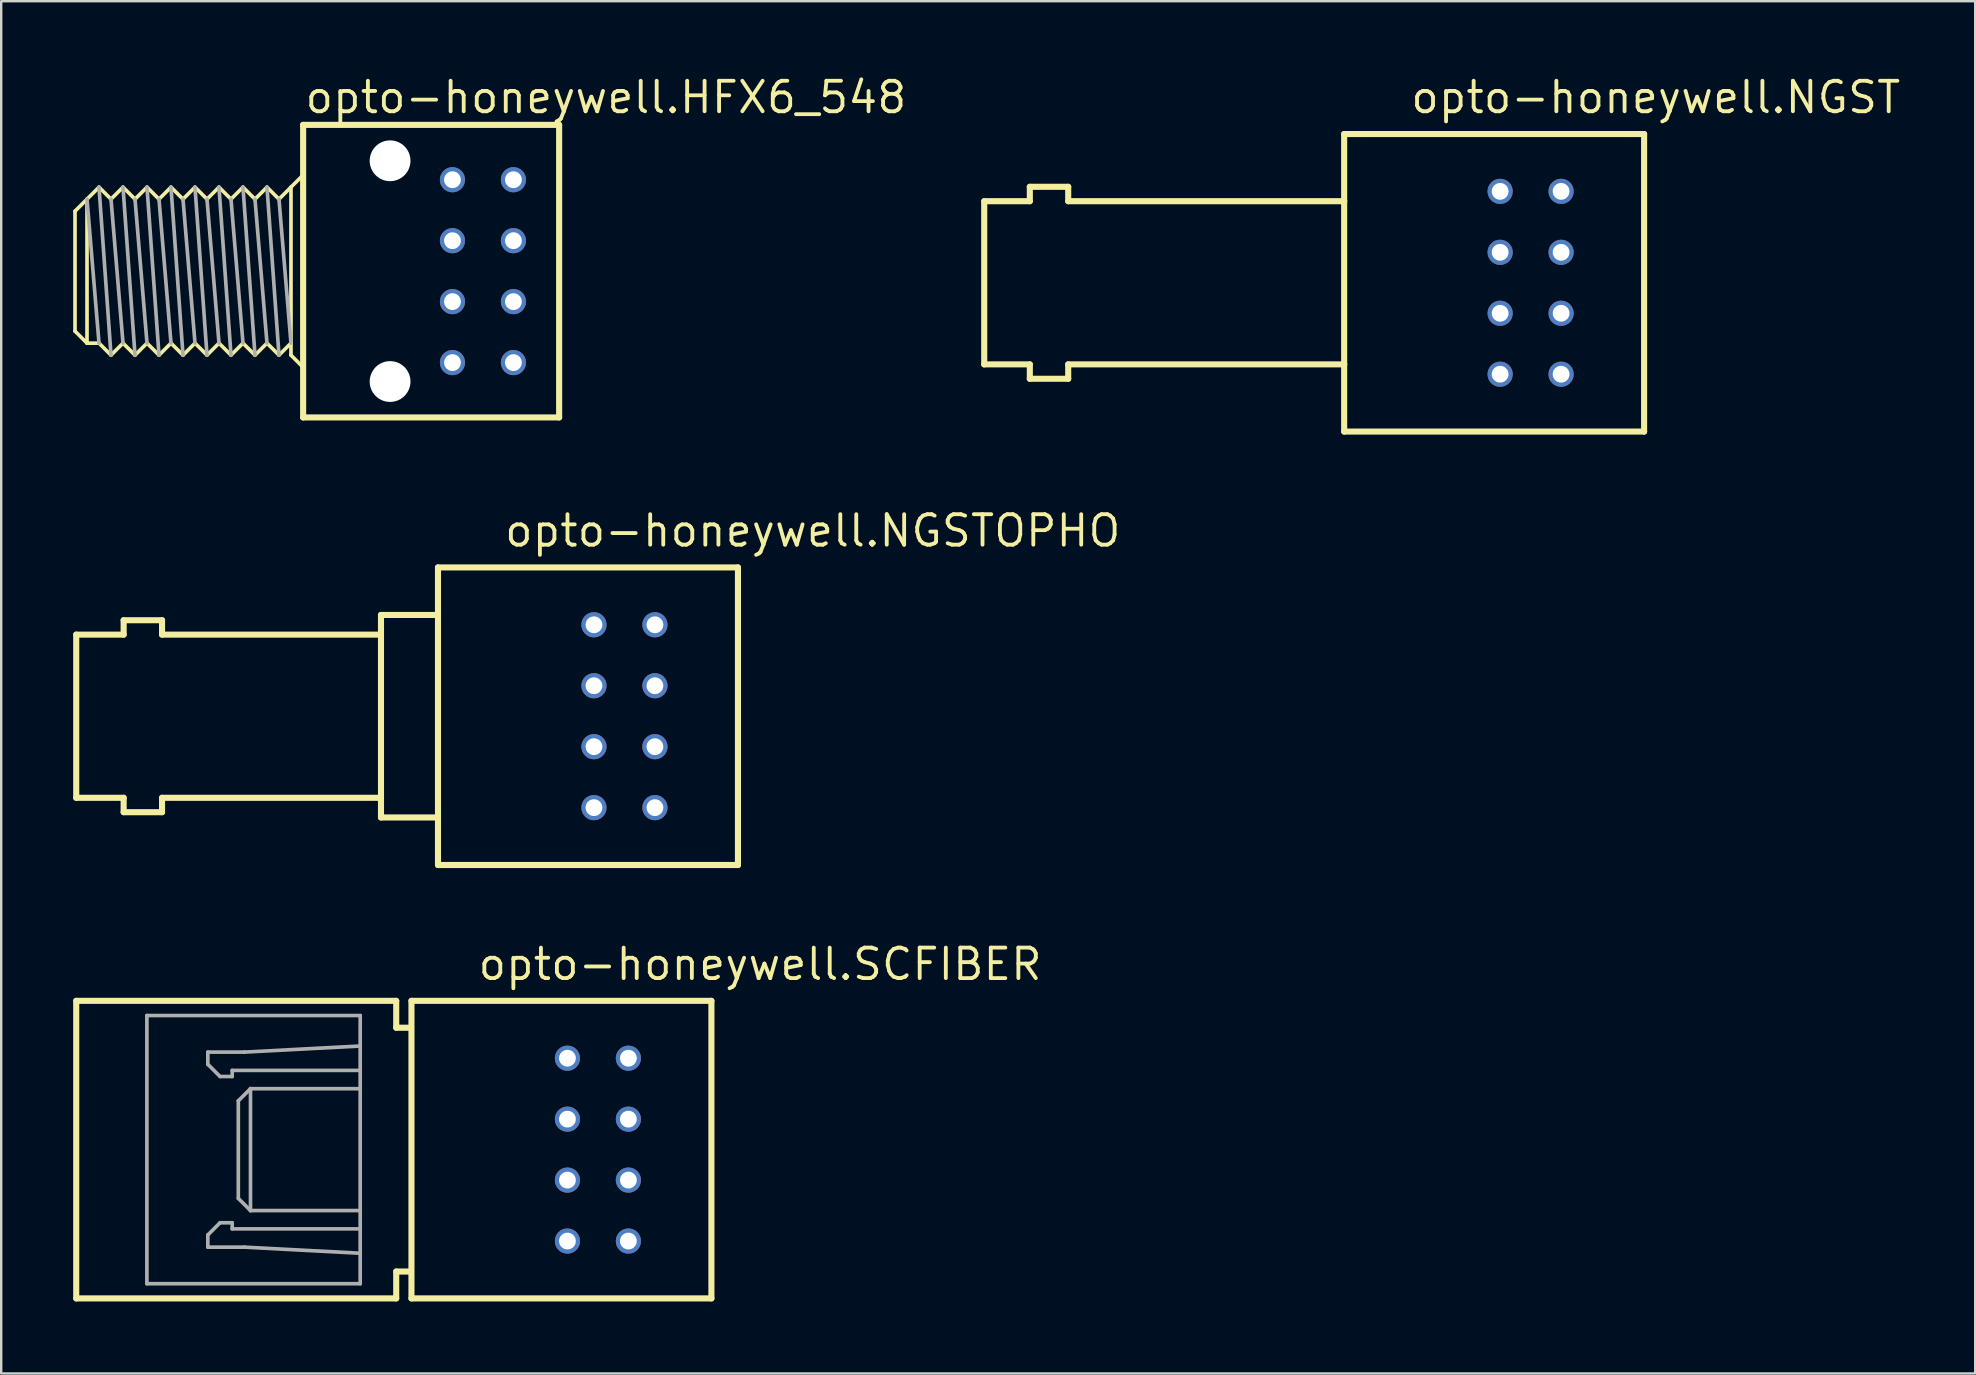
<source format=kicad_pcb>
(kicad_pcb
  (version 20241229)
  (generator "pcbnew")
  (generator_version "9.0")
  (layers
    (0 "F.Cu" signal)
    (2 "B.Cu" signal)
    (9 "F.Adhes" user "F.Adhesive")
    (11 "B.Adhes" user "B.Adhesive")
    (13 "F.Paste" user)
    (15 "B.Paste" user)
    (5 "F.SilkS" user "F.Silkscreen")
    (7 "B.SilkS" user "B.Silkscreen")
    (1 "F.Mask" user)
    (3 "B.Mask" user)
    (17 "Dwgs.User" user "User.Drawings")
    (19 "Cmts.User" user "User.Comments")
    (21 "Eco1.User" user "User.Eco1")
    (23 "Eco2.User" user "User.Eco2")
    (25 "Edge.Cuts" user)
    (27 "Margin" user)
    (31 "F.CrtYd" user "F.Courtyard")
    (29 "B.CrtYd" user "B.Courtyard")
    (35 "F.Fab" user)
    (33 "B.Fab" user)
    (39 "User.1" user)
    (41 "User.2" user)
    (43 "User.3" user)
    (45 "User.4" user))
  (footprint "opto-honeywell.HFX6_548"
    (layer "F.Cu")
    (at 17.076 8.25)
    (property "Reference" "opto-honeywell.HFX6_548" (at -7.5 -6.5 0) (layer "F.SilkS") (effects (font (size 1.27 1.27) (thickness 0.16)) (justify left bottom)))
    (attr through_hole)
    (fp_line (start -17 2.5) (end -17 -2.5) (stroke (width 0.152) (type default)) (layer "F.SilkS"))
    (fp_line (start -16.5 -3) (end -17 -2.5) (stroke (width 0.152) (type default)) (layer "F.SilkS"))
    (fp_line (start -16.5 -3) (end -16.5 3) (stroke (width 0.152) (type default)) (layer "F.SilkS"))
    (fp_line (start -16.5 3) (end -17 2.5) (stroke (width 0.152) (type default)) (layer "F.SilkS"))
    (fp_line (start -16 -3.5) (end -16.5 -3) (stroke (width 0.152) (type default)) (layer "F.SilkS"))
    (fp_line (start -16 3) (end -16.5 3) (stroke (width 0.152) (type default)) (layer "F.SilkS"))
    (fp_line (start -16 3) (end -15.5 3.5) (stroke (width 0.152) (type default)) (layer "F.SilkS"))
    (fp_line (start -15.5 -3) (end -16 -3.5) (stroke (width 0.152) (type default)) (layer "F.SilkS"))
    (fp_line (start -15.5 3.5) (end -15 3) (stroke (width 0.152) (type default)) (layer "F.SilkS"))
    (fp_line (start -15 -3.5) (end -15.5 -3) (stroke (width 0.152) (type default)) (layer "F.SilkS"))
    (fp_line (start -15 3) (end -14.5 3.5) (stroke (width 0.152) (type default)) (layer "F.SilkS"))
    (fp_line (start -14.5 -3) (end -15 -3.5) (stroke (width 0.152) (type default)) (layer "F.SilkS"))
    (fp_line (start -14.5 3.5) (end -14 3) (stroke (width 0.152) (type default)) (layer "F.SilkS"))
    (fp_line (start -14 -3.5) (end -14.5 -3) (stroke (width 0.152) (type default)) (layer "F.SilkS"))
    (fp_line (start -14 3) (end -13.5 3.5) (stroke (width 0.152) (type default)) (layer "F.SilkS"))
    (fp_line (start -13.5 -3) (end -14 -3.5) (stroke (width 0.152) (type default)) (layer "F.SilkS"))
    (fp_line (start -13.5 3.5) (end -13 3) (stroke (width 0.152) (type default)) (layer "F.SilkS"))
    (fp_line (start -13 -3.5) (end -13.5 -3) (stroke (width 0.152) (type default)) (layer "F.SilkS"))
    (fp_line (start -13 3) (end -12.5 3.5) (stroke (width 0.152) (type default)) (layer "F.SilkS"))
    (fp_line (start -12.5 -3) (end -13 -3.5) (stroke (width 0.152) (type default)) (layer "F.SilkS"))
    (fp_line (start -12.5 3.5) (end -12 3) (stroke (width 0.152) (type default)) (layer "F.SilkS"))
    (fp_line (start -12 -3.5) (end -12.5 -3) (stroke (width 0.152) (type default)) (layer "F.SilkS"))
    (fp_line (start -12 3) (end -11.5 3.5) (stroke (width 0.152) (type default)) (layer "F.SilkS"))
    (fp_line (start -11.5 -3) (end -12 -3.5) (stroke (width 0.152) (type default)) (layer "F.SilkS"))
    (fp_line (start -11.5 3.5) (end -11 3) (stroke (width 0.152) (type default)) (layer "F.SilkS"))
    (fp_line (start -11 -3.5) (end -11.5 -3) (stroke (width 0.152) (type default)) (layer "F.SilkS"))
    (fp_line (start -11 3) (end -10.5 3.5) (stroke (width 0.152) (type default)) (layer "F.SilkS"))
    (fp_line (start -10.5 -3) (end -11 -3.5) (stroke (width 0.152) (type default)) (layer "F.SilkS"))
    (fp_line (start -10.5 3.5) (end -10 3) (stroke (width 0.152) (type default)) (layer "F.SilkS"))
    (fp_line (start -10 -3.5) (end -10.5 -3) (stroke (width 0.152) (type default)) (layer "F.SilkS"))
    (fp_line (start -10 3) (end -9.5 3.5) (stroke (width 0.152) (type default)) (layer "F.SilkS"))
    (fp_line (start -9.5 -3) (end -10 -3.5) (stroke (width 0.152) (type default)) (layer "F.SilkS"))
    (fp_line (start -9.5 3.5) (end -9 3) (stroke (width 0.152) (type default)) (layer "F.SilkS"))
    (fp_line (start -9 -3.5) (end -9.5 -3) (stroke (width 0.152) (type default)) (layer "F.SilkS"))
    (fp_line (start -9 3) (end -8.5 3.5) (stroke (width 0.152) (type default)) (layer "F.SilkS"))
    (fp_line (start -8.5 -3) (end -9 -3.5) (stroke (width 0.152) (type default)) (layer "F.SilkS"))
    (fp_line (start -8.5 3.5) (end -8 3) (stroke (width 0.152) (type default)) (layer "F.SilkS"))
    (fp_line (start -8 -3.5) (end -8.5 -3) (stroke (width 0.152) (type default)) (layer "F.SilkS"))
    (fp_line (start -8 -3.5) (end -7.5 -4) (stroke (width 0.152) (type default)) (layer "F.SilkS"))
    (fp_line (start -8 3) (end -8 -3.5) (stroke (width 0.152) (type default)) (layer "F.SilkS"))
    (fp_line (start -8 3) (end -8 3.5) (stroke (width 0.152) (type default)) (layer "F.SilkS"))
    (fp_line (start -8 3.5) (end -7.5 4) (stroke (width 0.152) (type default)) (layer "F.SilkS"))
    (fp_line (start -7.493 -6.096) (end 3.175 -6.096) (stroke (width 0.254) (type default)) (layer "F.SilkS"))
    (fp_line (start -7.493 6.096) (end -7.493 -6.096) (stroke (width 0.254) (type default)) (layer "F.SilkS"))
    (fp_line (start 3.175 -6.096) (end 3.175 6.096) (stroke (width 0.254) (type default)) (layer "F.SilkS"))
    (fp_line (start 3.175 6.096) (end -7.493 6.096) (stroke (width 0.254) (type default)) (layer "F.SilkS"))
    (fp_line (start -16.5 -3) (end -16 3) (stroke (width 0.152) (type default)) (layer "F.Fab"))
    (fp_line (start -16 -3.5) (end -15.5 3.5) (stroke (width 0.152) (type default)) (layer "F.Fab"))
    (fp_line (start -15.5 -3) (end -15 3) (stroke (width 0.152) (type default)) (layer "F.Fab"))
    (fp_line (start -15 -3.5) (end -14.5 3.5) (stroke (width 0.152) (type default)) (layer "F.Fab"))
    (fp_line (start -14.5 -3) (end -14 3) (stroke (width 0.152) (type default)) (layer "F.Fab"))
    (fp_line (start -14 -3.5) (end -13.5 3.5) (stroke (width 0.152) (type default)) (layer "F.Fab"))
    (fp_line (start -13.5 -3) (end -13 3) (stroke (width 0.152) (type default)) (layer "F.Fab"))
    (fp_line (start -13 -3.5) (end -12.5 3.5) (stroke (width 0.152) (type default)) (layer "F.Fab"))
    (fp_line (start -12.5 -3) (end -12 3) (stroke (width 0.152) (type default)) (layer "F.Fab"))
    (fp_line (start -12 -3.5) (end -11.5 3.5) (stroke (width 0.152) (type default)) (layer "F.Fab"))
    (fp_line (start -11.5 -3) (end -11 3) (stroke (width 0.152) (type default)) (layer "F.Fab"))
    (fp_line (start -11 -3.5) (end -10.5 3.5) (stroke (width 0.152) (type default)) (layer "F.Fab"))
    (fp_line (start -10.5 -3) (end -10 3) (stroke (width 0.152) (type default)) (layer "F.Fab"))
    (fp_line (start -10 -3.5) (end -9.5 3.5) (stroke (width 0.152) (type default)) (layer "F.Fab"))
    (fp_line (start -9.5 -3) (end -9 3) (stroke (width 0.152) (type default)) (layer "F.Fab"))
    (fp_line (start -9 -3.5) (end -8.5 3.5) (stroke (width 0.152) (type default)) (layer "F.Fab"))
    (fp_line (start -8.5 -3) (end -8 3) (stroke (width 0.152) (type default)) (layer "F.Fab"))
    (pad "" np_thru_hole circle (at -3.87 -4.6) (size 1.7 1.7) (drill 1.7) (layers "*.Cu" "*.Mask"))
    (pad "" np_thru_hole circle (at -3.87 4.6) (size 1.7 1.7) (drill 1.7) (layers "*.Cu" "*.Mask"))
    (pad "1" thru_hole circle (at 1.27 3.81) (size 1.05 1.05) (drill 0.7) (layers "*.Cu" "*.Mask"))
    (pad "2" thru_hole circle (at 1.27 1.27) (size 1.05 1.05) (drill 0.7) (layers "*.Cu" "*.Mask"))
    (pad "3" thru_hole circle (at 1.27 -1.27) (size 1.05 1.05) (drill 0.7) (layers "*.Cu" "*.Mask"))
    (pad "4" thru_hole circle (at 1.27 -3.81) (size 1.05 1.05) (drill 0.7) (layers "*.Cu" "*.Mask"))
    (pad "5" thru_hole circle (at -1.27 -3.81) (size 1.05 1.05) (drill 0.7) (layers "*.Cu" "*.Mask"))
    (pad "6" thru_hole circle (at -1.27 -1.27) (size 1.05 1.05) (drill 0.7) (layers "*.Cu" "*.Mask"))
    (pad "7" thru_hole circle (at -1.27 1.27) (size 1.05 1.05) (drill 0.7) (layers "*.Cu" "*.Mask"))
    (pad "8" thru_hole circle (at -1.27 3.81) (size 1.05 1.05) (drill 0.7) (layers "*.Cu" "*.Mask")))
  (footprint "opto-honeywell.NGST"
    (layer "F.Cu")
    (at 59.466 8.735)
    (property "Reference" "opto-honeywell.NGST" (at -3.81 -6.985 0) (layer "F.SilkS") (effects (font (size 1.27 1.27) (thickness 0.16)) (justify left bottom)))
    (attr through_hole)
    (fp_line (start -21.5 -3.4) (end -19.6 -3.4) (stroke (width 0.254) (type default)) (layer "F.SilkS"))
    (fp_line (start -21.5 3.4) (end -21.5 -3.4) (stroke (width 0.254) (type default)) (layer "F.SilkS"))
    (fp_line (start -19.6 -4) (end -18 -4) (stroke (width 0.254) (type default)) (layer "F.SilkS"))
    (fp_line (start -19.6 -3.4) (end -19.6 -4) (stroke (width 0.254) (type default)) (layer "F.SilkS"))
    (fp_line (start -19.6 3.4) (end -21.5 3.4) (stroke (width 0.254) (type default)) (layer "F.SilkS"))
    (fp_line (start -19.6 4) (end -19.6 3.4) (stroke (width 0.254) (type default)) (layer "F.SilkS"))
    (fp_line (start -18 -4) (end -18 -3.4) (stroke (width 0.254) (type default)) (layer "F.SilkS"))
    (fp_line (start -18 -3.4) (end -6.5 -3.4) (stroke (width 0.254) (type default)) (layer "F.SilkS"))
    (fp_line (start -18 3.4) (end -18 4) (stroke (width 0.254) (type default)) (layer "F.SilkS"))
    (fp_line (start -18 4) (end -19.6 4) (stroke (width 0.254) (type default)) (layer "F.SilkS"))
    (fp_line (start -6.5 6.2) (end -6.5 3.4) (stroke (width 0.254) (type default)) (layer "F.SilkS"))
    (fp_line (start -6.5 -6.2) (end 6 -6.2) (stroke (width 0.254) (type default)) (layer "F.SilkS"))
    (fp_line (start -6.5 -3.4) (end -6.5 -6.2) (stroke (width 0.254) (type default)) (layer "F.SilkS"))
    (fp_line (start -6.5 -3.4) (end -6.5 3.4) (stroke (width 0.254) (type default)) (layer "F.SilkS"))
    (fp_line (start -6.5 3.4) (end -18 3.4) (stroke (width 0.254) (type default)) (layer "F.SilkS"))
    (fp_line (start 6 -6.2) (end 6 6.2) (stroke (width 0.254) (type default)) (layer "F.SilkS"))
    (fp_line (start 6 6.2) (end -6.5 6.2) (stroke (width 0.254) (type default)) (layer "F.SilkS"))
    (pad "1" thru_hole circle (at 2.54 3.81) (size 1.05 1.05) (drill 0.7) (layers "*.Cu" "*.Mask"))
    (pad "2" thru_hole circle (at 2.54 1.27) (size 1.05 1.05) (drill 0.7) (layers "*.Cu" "*.Mask"))
    (pad "3" thru_hole circle (at 2.54 -1.27) (size 1.05 1.05) (drill 0.7) (layers "*.Cu" "*.Mask"))
    (pad "4" thru_hole circle (at 2.54 -3.81) (size 1.05 1.05) (drill 0.7) (layers "*.Cu" "*.Mask"))
    (pad "5" thru_hole circle (at 0 -3.81) (size 1.05 1.05) (drill 0.7) (layers "*.Cu" "*.Mask"))
    (pad "6" thru_hole circle (at 0 -1.27) (size 1.05 1.05) (drill 0.7) (layers "*.Cu" "*.Mask"))
    (pad "7" thru_hole circle (at 0 1.27) (size 1.05 1.05) (drill 0.7) (layers "*.Cu" "*.Mask"))
    (pad "8" thru_hole circle (at 0 3.81) (size 1.05 1.05) (drill 0.7) (layers "*.Cu" "*.Mask")))
  (footprint "opto-honeywell.NGSTOPHO"
    (layer "F.Cu")
    (at 21.703 26.797)
    (property "Reference" "opto-honeywell.NGSTOPHO" (at -3.81 -6.985 0) (layer "F.SilkS") (effects (font (size 1.27 1.27) (thickness 0.16)) (justify left bottom)))
    (attr through_hole)
    (fp_line (start -21.576 -3.4) (end -19.6 -3.4) (stroke (width 0.254) (type default)) (layer "F.SilkS"))
    (fp_line (start -21.576 3.4) (end -21.576 -3.4) (stroke (width 0.254) (type default)) (layer "F.SilkS"))
    (fp_line (start -19.6 -4) (end -18 -4) (stroke (width 0.254) (type default)) (layer "F.SilkS"))
    (fp_line (start -19.6 -3.4) (end -19.6 -4) (stroke (width 0.254) (type default)) (layer "F.SilkS"))
    (fp_line (start -19.6 3.4) (end -21.576 3.4) (stroke (width 0.254) (type default)) (layer "F.SilkS"))
    (fp_line (start -19.6 4) (end -19.6 3.4) (stroke (width 0.254) (type default)) (layer "F.SilkS"))
    (fp_line (start -18 -4) (end -18 -3.4) (stroke (width 0.254) (type default)) (layer "F.SilkS"))
    (fp_line (start -18 -3.4) (end -8.876 -3.4) (stroke (width 0.254) (type default)) (layer "F.SilkS"))
    (fp_line (start -18 3.4) (end -18 4) (stroke (width 0.254) (type default)) (layer "F.SilkS"))
    (fp_line (start -18 4) (end -19.6 4) (stroke (width 0.254) (type default)) (layer "F.SilkS"))
    (fp_line (start -8.876 -4.22) (end -8.876 -3.4) (stroke (width 0.254) (type default)) (layer "F.SilkS"))
    (fp_line (start -8.876 3.4) (end -18 3.4) (stroke (width 0.254) (type default)) (layer "F.SilkS"))
    (fp_line (start -8.876 3.4) (end -8.876 -3.4) (stroke (width 0.254) (type default)) (layer "F.SilkS"))
    (fp_line (start -8.876 3.4) (end -8.876 4.22) (stroke (width 0.254) (type default)) (layer "F.SilkS"))
    (fp_line (start -8.876 4.22) (end -6.5 4.22) (stroke (width 0.254) (type default)) (layer "F.SilkS"))
    (fp_line (start -6.5 -6.2) (end -6.5 -4.22) (stroke (width 0.254) (type default)) (layer "F.SilkS"))
    (fp_line (start -6.5 -6.2) (end 6 -6.2) (stroke (width 0.254) (type default)) (layer "F.SilkS"))
    (fp_line (start -6.5 -4.22) (end -8.876 -4.22) (stroke (width 0.254) (type default)) (layer "F.SilkS"))
    (fp_line (start -6.5 -4.22) (end -6.5 4.22) (stroke (width 0.254) (type default)) (layer "F.SilkS"))
    (fp_line (start -6.5 4.22) (end -6.5 6.2) (stroke (width 0.254) (type default)) (layer "F.SilkS"))
    (fp_line (start 6 -6.2) (end 6 6.2) (stroke (width 0.254) (type default)) (layer "F.SilkS"))
    (fp_line (start 6 6.2) (end -6.5 6.2) (stroke (width 0.254) (type default)) (layer "F.SilkS"))
    (pad "1" thru_hole circle (at 2.54 3.81) (size 1.05 1.05) (drill 0.7) (layers "*.Cu" "*.Mask"))
    (pad "2" thru_hole circle (at 2.54 1.27) (size 1.05 1.05) (drill 0.7) (layers "*.Cu" "*.Mask"))
    (pad "3" thru_hole circle (at 2.54 -1.27) (size 1.05 1.05) (drill 0.7) (layers "*.Cu" "*.Mask"))
    (pad "4" thru_hole circle (at 2.54 -3.81) (size 1.05 1.05) (drill 0.7) (layers "*.Cu" "*.Mask"))
    (pad "5" thru_hole circle (at 0 -3.81) (size 1.05 1.05) (drill 0.7) (layers "*.Cu" "*.Mask"))
    (pad "6" thru_hole circle (at 0 -1.27) (size 1.05 1.05) (drill 0.7) (layers "*.Cu" "*.Mask"))
    (pad "7" thru_hole circle (at 0 1.27) (size 1.05 1.05) (drill 0.7) (layers "*.Cu" "*.Mask"))
    (pad "8" thru_hole circle (at 0 3.81) (size 1.05 1.05) (drill 0.7) (layers "*.Cu" "*.Mask")))
  (footprint "opto-honeywell.SCFIBER"
    (layer "F.Cu")
    (at 20.597 44.859)
    (property "Reference" "opto-honeywell.SCFIBER" (at -3.81 -6.985 0) (layer "F.SilkS") (effects (font (size 1.27 1.27) (thickness 0.16)) (justify left bottom)))
    (attr through_hole)
    (fp_line (start -20.47 -6.2) (end -20.47 6.2) (stroke (width 0.254) (type default)) (layer "F.SilkS"))
    (fp_line (start -20.47 -6.2) (end -7.135 -6.2) (stroke (width 0.254) (type default)) (layer "F.SilkS"))
    (fp_line (start -7.135 -6.2) (end -7.135 -5.08) (stroke (width 0.254) (type default)) (layer "F.SilkS"))
    (fp_line (start -7.135 -5.08) (end -6.604 -5.08) (stroke (width 0.254) (type default)) (layer "F.SilkS"))
    (fp_line (start -7.135 5.08) (end -7.135 6.2) (stroke (width 0.254) (type default)) (layer "F.SilkS"))
    (fp_line (start -7.135 6.2) (end -20.47 6.2) (stroke (width 0.254) (type default)) (layer "F.SilkS"))
    (fp_line (start -6.604 5.08) (end -7.135 5.08) (stroke (width 0.254) (type default)) (layer "F.SilkS"))
    (fp_line (start -6.5 -6.2) (end -6.5 6.2) (stroke (width 0.254) (type default)) (layer "F.SilkS"))
    (fp_line (start -6.5 -6.2) (end 6 -6.2) (stroke (width 0.254) (type default)) (layer "F.SilkS"))
    (fp_line (start 6 -6.2) (end 6 6.2) (stroke (width 0.254) (type default)) (layer "F.SilkS"))
    (fp_line (start 6 6.2) (end -6.5 6.2) (stroke (width 0.254) (type default)) (layer "F.SilkS"))
    (fp_line (start -17.526 -5.588) (end -8.636 -5.588) (stroke (width 0.152) (type default)) (layer "F.Fab"))
    (fp_line (start -17.526 5.588) (end -17.526 -5.588) (stroke (width 0.152) (type default)) (layer "F.Fab"))
    (fp_line (start -14.986 -4.064) (end -13.462 -4.064) (stroke (width 0.152) (type default)) (layer "F.Fab"))
    (fp_line (start -14.986 -3.556) (end -14.986 -4.064) (stroke (width 0.152) (type default)) (layer "F.Fab"))
    (fp_line (start -14.986 3.556) (end -14.986 4.064) (stroke (width 0.152) (type default)) (layer "F.Fab"))
    (fp_line (start -14.986 4.064) (end -13.462 4.064) (stroke (width 0.152) (type default)) (layer "F.Fab"))
    (fp_line (start -14.478 -3.048) (end -14.986 -3.556) (stroke (width 0.152) (type default)) (layer "F.Fab"))
    (fp_line (start -14.478 3.048) (end -14.986 3.556) (stroke (width 0.152) (type default)) (layer "F.Fab"))
    (fp_line (start -13.97 -3.302) (end -13.97 -3.048) (stroke (width 0.152) (type default)) (layer "F.Fab"))
    (fp_line (start -13.97 -3.048) (end -14.478 -3.048) (stroke (width 0.152) (type default)) (layer "F.Fab"))
    (fp_line (start -13.97 3.048) (end -14.478 3.048) (stroke (width 0.152) (type default)) (layer "F.Fab"))
    (fp_line (start -13.97 3.302) (end -13.97 3.048) (stroke (width 0.152) (type default)) (layer "F.Fab"))
    (fp_line (start -13.716 -2.032) (end -13.208 -2.54) (stroke (width 0.152) (type default)) (layer "F.Fab"))
    (fp_line (start -13.716 2.032) (end -13.716 -2.032) (stroke (width 0.152) (type default)) (layer "F.Fab"))
    (fp_line (start -13.462 -4.064) (end -8.636 -4.318) (stroke (width 0.152) (type default)) (layer "F.Fab"))
    (fp_line (start -13.462 4.064) (end -8.636 4.318) (stroke (width 0.152) (type default)) (layer "F.Fab"))
    (fp_line (start -13.208 -2.54) (end -13.208 2.54) (stroke (width 0.152) (type default)) (layer "F.Fab"))
    (fp_line (start -13.208 2.54) (end -13.716 2.032) (stroke (width 0.152) (type default)) (layer "F.Fab"))
    (fp_line (start -13.208 2.54) (end -8.636 2.54) (stroke (width 0.152) (type default)) (layer "F.Fab"))
    (fp_line (start -8.636 -5.588) (end -8.636 -4.318) (stroke (width 0.152) (type default)) (layer "F.Fab"))
    (fp_line (start -8.636 -4.318) (end -8.636 -3.302) (stroke (width 0.152) (type default)) (layer "F.Fab"))
    (fp_line (start -8.636 -3.302) (end -13.97 -3.302) (stroke (width 0.152) (type default)) (layer "F.Fab"))
    (fp_line (start -8.636 -3.302) (end -8.636 -2.54) (stroke (width 0.152) (type default)) (layer "F.Fab"))
    (fp_line (start -8.636 -2.54) (end -13.208 -2.54) (stroke (width 0.152) (type default)) (layer "F.Fab"))
    (fp_line (start -8.636 -2.54) (end -8.636 2.54) (stroke (width 0.152) (type default)) (layer "F.Fab"))
    (fp_line (start -8.636 2.54) (end -8.636 3.302) (stroke (width 0.152) (type default)) (layer "F.Fab"))
    (fp_line (start -8.636 3.302) (end -13.97 3.302) (stroke (width 0.152) (type default)) (layer "F.Fab"))
    (fp_line (start -8.636 3.302) (end -8.636 4.318) (stroke (width 0.152) (type default)) (layer "F.Fab"))
    (fp_line (start -8.636 4.318) (end -8.636 5.588) (stroke (width 0.152) (type default)) (layer "F.Fab"))
    (fp_line (start -8.636 5.588) (end -17.526 5.588) (stroke (width 0.152) (type default)) (layer "F.Fab"))
    (pad "1" thru_hole circle (at 2.54 3.81) (size 1.05 1.05) (drill 0.7) (layers "*.Cu" "*.Mask"))
    (pad "2" thru_hole circle (at 2.54 1.27) (size 1.05 1.05) (drill 0.7) (layers "*.Cu" "*.Mask"))
    (pad "3" thru_hole circle (at 2.54 -1.27) (size 1.05 1.05) (drill 0.7) (layers "*.Cu" "*.Mask"))
    (pad "4" thru_hole circle (at 2.54 -3.81) (size 1.05 1.05) (drill 0.7) (layers "*.Cu" "*.Mask"))
    (pad "5" thru_hole circle (at 0 -3.81) (size 1.05 1.05) (drill 0.7) (layers "*.Cu" "*.Mask"))
    (pad "6" thru_hole circle (at 0 -1.27) (size 1.05 1.05) (drill 0.7) (layers "*.Cu" "*.Mask"))
    (pad "7" thru_hole circle (at 0 1.27) (size 1.05 1.05) (drill 0.7) (layers "*.Cu" "*.Mask"))
    (pad "8" thru_hole circle (at 0 3.81) (size 1.05 1.05) (drill 0.7) (layers "*.Cu" "*.Mask")))
  (gr_rect
    (start -3 -3)
    (end 79.263 54.186)
    (stroke (width 0.1) (type default))
    (fill no)
    (layer "Edge.Cuts")))
</source>
